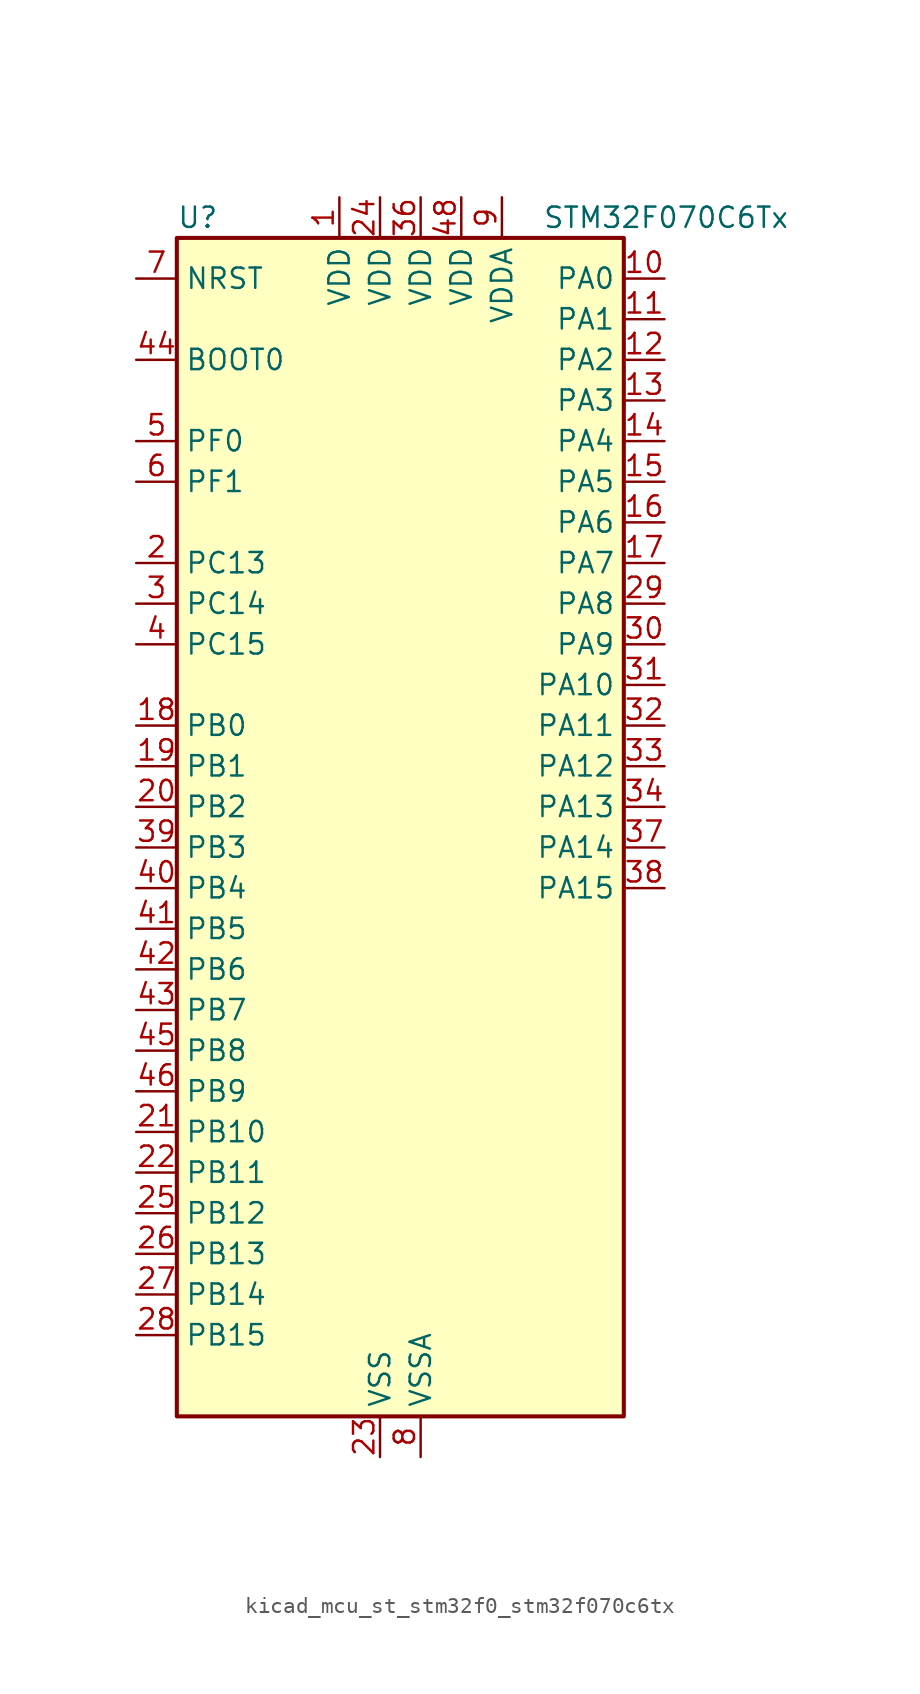
<source format=kicad_sym>
(kicad_symbol_lib
  (version 20220914)
  (generator kicad_symbol_editor)
  (symbol "kicad_mcu_st_stm32f0_stm32f070c6tx"
    (property "Reference" "U"
      (at -12.7 39.37 0)
      (effects (font (size 1.27 1.27)) (justify left)))
    (property "Value" "STM32F070C6Tx"
      (at 10.16 39.37 0)
      (effects (font (size 1.27 1.27)) (justify left)))
    (property "ki_locked" ""
      (at 0 0 0)
      (effects (font (size 1.27 1.27))))
    (symbol "kicad_mcu_st_stm32f0_stm32f070c6tx_0_1"
      (rectangle (start -12.7 -35.56) (end 15.24 38.1) (stroke (width 0.254) (type default)) (fill (type background))))
    (symbol "kicad_mcu_st_stm32f0_stm32f070c6tx_1_1"
      (pin power_in line (at -2.54 40.64 270) (length 2.54) (name "VDD" (effects (font (size 1.27 1.27)))) (number "1" (effects (font (size 1.27 1.27)))))
      (pin bidirectional line (at 17.78 35.56 180) (length 2.54) (name "PA0" (effects (font (size 1.27 1.27)))) (number "10" (effects (font (size 1.27 1.27)))) (alternate "ADC_IN0" bidirectional line) (alternate "RTC_TAMP2" bidirectional line) (alternate "SYS_WKUP1" bidirectional line) (alternate "USART2_CTS" bidirectional line))
      (pin bidirectional line (at 17.78 33.02 180) (length 2.54) (name "PA1" (effects (font (size 1.27 1.27)))) (number "11" (effects (font (size 1.27 1.27)))) (alternate "ADC_IN1" bidirectional line) (alternate "USART2_DE" bidirectional line) (alternate "USART2_RTS" bidirectional line))
      (pin bidirectional line (at 17.78 30.48 180) (length 2.54) (name "PA2" (effects (font (size 1.27 1.27)))) (number "12" (effects (font (size 1.27 1.27)))) (alternate "ADC_IN2" bidirectional line) (alternate "SYS_WKUP4" bidirectional line) (alternate "USART2_TX" bidirectional line))
      (pin bidirectional line (at 17.78 27.94 180) (length 2.54) (name "PA3" (effects (font (size 1.27 1.27)))) (number "13" (effects (font (size 1.27 1.27)))) (alternate "ADC_IN3" bidirectional line) (alternate "USART2_RX" bidirectional line))
      (pin bidirectional line (at 17.78 25.4 180) (length 2.54) (name "PA4" (effects (font (size 1.27 1.27)))) (number "14" (effects (font (size 1.27 1.27)))) (alternate "ADC_IN4" bidirectional line) (alternate "SPI1_NSS" bidirectional line) (alternate "TIM14_CH1" bidirectional line) (alternate "USART2_CK" bidirectional line) (alternate "USB_NOE" bidirectional line))
      (pin bidirectional line (at 17.78 22.86 180) (length 2.54) (name "PA5" (effects (font (size 1.27 1.27)))) (number "15" (effects (font (size 1.27 1.27)))) (alternate "ADC_IN5" bidirectional line) (alternate "SPI1_SCK" bidirectional line))
      (pin bidirectional line (at 17.78 20.32 180) (length 2.54) (name "PA6" (effects (font (size 1.27 1.27)))) (number "16" (effects (font (size 1.27 1.27)))) (alternate "ADC_IN6" bidirectional line) (alternate "SPI1_MISO" bidirectional line) (alternate "TIM16_CH1" bidirectional line) (alternate "TIM1_BKIN" bidirectional line) (alternate "TIM3_CH1" bidirectional line))
      (pin bidirectional line (at 17.78 17.78 180) (length 2.54) (name "PA7" (effects (font (size 1.27 1.27)))) (number "17" (effects (font (size 1.27 1.27)))) (alternate "ADC_IN7" bidirectional line) (alternate "SPI1_MOSI" bidirectional line) (alternate "TIM14_CH1" bidirectional line) (alternate "TIM17_CH1" bidirectional line) (alternate "TIM1_CH1N" bidirectional line) (alternate "TIM3_CH2" bidirectional line))
      (pin bidirectional line (at -15.24 7.62 0) (length 2.54) (name "PB0" (effects (font (size 1.27 1.27)))) (number "18" (effects (font (size 1.27 1.27)))) (alternate "ADC_IN8" bidirectional line) (alternate "TIM1_CH2N" bidirectional line) (alternate "TIM3_CH3" bidirectional line))
      (pin bidirectional line (at -15.24 5.08 0) (length 2.54) (name "PB1" (effects (font (size 1.27 1.27)))) (number "19" (effects (font (size 1.27 1.27)))) (alternate "ADC_IN9" bidirectional line) (alternate "TIM14_CH1" bidirectional line) (alternate "TIM1_CH3N" bidirectional line) (alternate "TIM3_CH4" bidirectional line))
      (pin bidirectional line (at -15.24 17.78 0) (length 2.54) (name "PC13" (effects (font (size 1.27 1.27)))) (number "2" (effects (font (size 1.27 1.27)))) (alternate "RTC_OUT_ALARM" bidirectional line) (alternate "RTC_OUT_CALIB" bidirectional line) (alternate "RTC_TAMP1" bidirectional line) (alternate "RTC_TS" bidirectional line) (alternate "SYS_WKUP2" bidirectional line))
      (pin bidirectional line (at -15.24 2.54 0) (length 2.54) (name "PB2" (effects (font (size 1.27 1.27)))) (number "20" (effects (font (size 1.27 1.27)))))
      (pin bidirectional line (at -15.24 -17.78 0) (length 2.54) (name "PB10" (effects (font (size 1.27 1.27)))) (number "21" (effects (font (size 1.27 1.27)))))
      (pin bidirectional line (at -15.24 -20.32 0) (length 2.54) (name "PB11" (effects (font (size 1.27 1.27)))) (number "22" (effects (font (size 1.27 1.27)))))
      (pin power_in line (at 0 -38.1 90) (length 2.54) (name "VSS" (effects (font (size 1.27 1.27)))) (number "23" (effects (font (size 1.27 1.27)))))
      (pin power_in line (at 0 40.64 270) (length 2.54) (name "VDD" (effects (font (size 1.27 1.27)))) (number "24" (effects (font (size 1.27 1.27)))))
      (pin bidirectional line (at -15.24 -22.86 0) (length 2.54) (name "PB12" (effects (font (size 1.27 1.27)))) (number "25" (effects (font (size 1.27 1.27)))) (alternate "TIM1_BKIN" bidirectional line))
      (pin bidirectional line (at -15.24 -25.4 0) (length 2.54) (name "PB13" (effects (font (size 1.27 1.27)))) (number "26" (effects (font (size 1.27 1.27)))) (alternate "TIM1_CH1N" bidirectional line))
      (pin bidirectional line (at -15.24 -27.94 0) (length 2.54) (name "PB14" (effects (font (size 1.27 1.27)))) (number "27" (effects (font (size 1.27 1.27)))) (alternate "TIM1_CH2N" bidirectional line))
      (pin bidirectional line (at -15.24 -30.48 0) (length 2.54) (name "PB15" (effects (font (size 1.27 1.27)))) (number "28" (effects (font (size 1.27 1.27)))) (alternate "RTC_REFIN" bidirectional line) (alternate "SYS_WKUP7" bidirectional line) (alternate "TIM1_CH3N" bidirectional line))
      (pin bidirectional line (at 17.78 15.24 180) (length 2.54) (name "PA8" (effects (font (size 1.27 1.27)))) (number "29" (effects (font (size 1.27 1.27)))) (alternate "RCC_MCO" bidirectional line) (alternate "TIM1_CH1" bidirectional line) (alternate "USART1_CK" bidirectional line))
      (pin bidirectional line (at -15.24 15.24 0) (length 2.54) (name "PC14" (effects (font (size 1.27 1.27)))) (number "3" (effects (font (size 1.27 1.27)))) (alternate "RCC_OSC32_IN" bidirectional line))
      (pin bidirectional line (at 17.78 12.7 180) (length 2.54) (name "PA9" (effects (font (size 1.27 1.27)))) (number "30" (effects (font (size 1.27 1.27)))) (alternate "I2C1_SCL" bidirectional line) (alternate "TIM1_CH2" bidirectional line) (alternate "USART1_TX" bidirectional line))
      (pin bidirectional line (at 17.78 10.16 180) (length 2.54) (name "PA10" (effects (font (size 1.27 1.27)))) (number "31" (effects (font (size 1.27 1.27)))) (alternate "I2C1_SDA" bidirectional line) (alternate "TIM17_BKIN" bidirectional line) (alternate "TIM1_CH3" bidirectional line) (alternate "USART1_RX" bidirectional line))
      (pin bidirectional line (at 17.78 7.62 180) (length 2.54) (name "PA11" (effects (font (size 1.27 1.27)))) (number "32" (effects (font (size 1.27 1.27)))) (alternate "TIM1_CH4" bidirectional line) (alternate "USART1_CTS" bidirectional line) (alternate "USB_DM" bidirectional line))
      (pin bidirectional line (at 17.78 5.08 180) (length 2.54) (name "PA12" (effects (font (size 1.27 1.27)))) (number "33" (effects (font (size 1.27 1.27)))) (alternate "TIM1_ETR" bidirectional line) (alternate "USART1_DE" bidirectional line) (alternate "USART1_RTS" bidirectional line) (alternate "USB_DP" bidirectional line))
      (pin bidirectional line (at 17.78 2.54 180) (length 2.54) (name "PA13" (effects (font (size 1.27 1.27)))) (number "34" (effects (font (size 1.27 1.27)))) (alternate "IR_OUT" bidirectional line) (alternate "SYS_SWDIO" bidirectional line) (alternate "USB_NOE" bidirectional line))
      (pin passive line (at 0 -38.1 90) (length 2.54) hide (name "VSS" (effects (font (size 1.27 1.27)))) (number "35" (effects (font (size 1.27 1.27)))))
      (pin power_in line (at 2.54 40.64 270) (length 2.54) (name "VDD" (effects (font (size 1.27 1.27)))) (number "36" (effects (font (size 1.27 1.27)))))
      (pin bidirectional line (at 17.78 0 180) (length 2.54) (name "PA14" (effects (font (size 1.27 1.27)))) (number "37" (effects (font (size 1.27 1.27)))) (alternate "SYS_SWCLK" bidirectional line) (alternate "USART2_TX" bidirectional line))
      (pin bidirectional line (at 17.78 -2.54 180) (length 2.54) (name "PA15" (effects (font (size 1.27 1.27)))) (number "38" (effects (font (size 1.27 1.27)))) (alternate "SPI1_NSS" bidirectional line) (alternate "USART2_RX" bidirectional line))
      (pin bidirectional line (at -15.24 0 0) (length 2.54) (name "PB3" (effects (font (size 1.27 1.27)))) (number "39" (effects (font (size 1.27 1.27)))) (alternate "SPI1_SCK" bidirectional line))
      (pin bidirectional line (at -15.24 12.7 0) (length 2.54) (name "PC15" (effects (font (size 1.27 1.27)))) (number "4" (effects (font (size 1.27 1.27)))) (alternate "RCC_OSC32_OUT" bidirectional line))
      (pin bidirectional line (at -15.24 -2.54 0) (length 2.54) (name "PB4" (effects (font (size 1.27 1.27)))) (number "40" (effects (font (size 1.27 1.27)))) (alternate "SPI1_MISO" bidirectional line) (alternate "TIM17_BKIN" bidirectional line) (alternate "TIM3_CH1" bidirectional line))
      (pin bidirectional line (at -15.24 -5.08 0) (length 2.54) (name "PB5" (effects (font (size 1.27 1.27)))) (number "41" (effects (font (size 1.27 1.27)))) (alternate "I2C1_SMBA" bidirectional line) (alternate "SPI1_MOSI" bidirectional line) (alternate "SYS_WKUP6" bidirectional line) (alternate "TIM16_BKIN" bidirectional line) (alternate "TIM3_CH2" bidirectional line))
      (pin bidirectional line (at -15.24 -7.62 0) (length 2.54) (name "PB6" (effects (font (size 1.27 1.27)))) (number "42" (effects (font (size 1.27 1.27)))) (alternate "I2C1_SCL" bidirectional line) (alternate "TIM16_CH1N" bidirectional line) (alternate "USART1_TX" bidirectional line))
      (pin bidirectional line (at -15.24 -10.16 0) (length 2.54) (name "PB7" (effects (font (size 1.27 1.27)))) (number "43" (effects (font (size 1.27 1.27)))) (alternate "I2C1_SDA" bidirectional line) (alternate "TIM17_CH1N" bidirectional line) (alternate "USART1_RX" bidirectional line))
      (pin input line (at -15.24 30.48 0) (length 2.54) (name "BOOT0" (effects (font (size 1.27 1.27)))) (number "44" (effects (font (size 1.27 1.27)))))
      (pin bidirectional line (at -15.24 -12.7 0) (length 2.54) (name "PB8" (effects (font (size 1.27 1.27)))) (number "45" (effects (font (size 1.27 1.27)))) (alternate "I2C1_SCL" bidirectional line) (alternate "TIM16_CH1" bidirectional line))
      (pin bidirectional line (at -15.24 -15.24 0) (length 2.54) (name "PB9" (effects (font (size 1.27 1.27)))) (number "46" (effects (font (size 1.27 1.27)))) (alternate "I2C1_SDA" bidirectional line) (alternate "IR_OUT" bidirectional line) (alternate "TIM17_CH1" bidirectional line))
      (pin passive line (at 0 -38.1 90) (length 2.54) hide (name "VSS" (effects (font (size 1.27 1.27)))) (number "47" (effects (font (size 1.27 1.27)))))
      (pin power_in line (at 5.08 40.64 270) (length 2.54) (name "VDD" (effects (font (size 1.27 1.27)))) (number "48" (effects (font (size 1.27 1.27)))))
      (pin bidirectional line (at -15.24 25.4 0) (length 2.54) (name "PF0" (effects (font (size 1.27 1.27)))) (number "5" (effects (font (size 1.27 1.27)))) (alternate "I2C1_SDA" bidirectional line) (alternate "RCC_OSC_IN" bidirectional line))
      (pin bidirectional line (at -15.24 22.86 0) (length 2.54) (name "PF1" (effects (font (size 1.27 1.27)))) (number "6" (effects (font (size 1.27 1.27)))) (alternate "I2C1_SCL" bidirectional line) (alternate "RCC_OSC_OUT" bidirectional line))
      (pin input line (at -15.24 35.56 0) (length 2.54) (name "NRST" (effects (font (size 1.27 1.27)))) (number "7" (effects (font (size 1.27 1.27)))))
      (pin power_in line (at 2.54 -38.1 90) (length 2.54) (name "VSSA" (effects (font (size 1.27 1.27)))) (number "8" (effects (font (size 1.27 1.27)))))
      (pin power_in line (at 7.62 40.64 270) (length 2.54) (name "VDDA" (effects (font (size 1.27 1.27)))) (number "9" (effects (font (size 1.27 1.27))))))))
</source>
